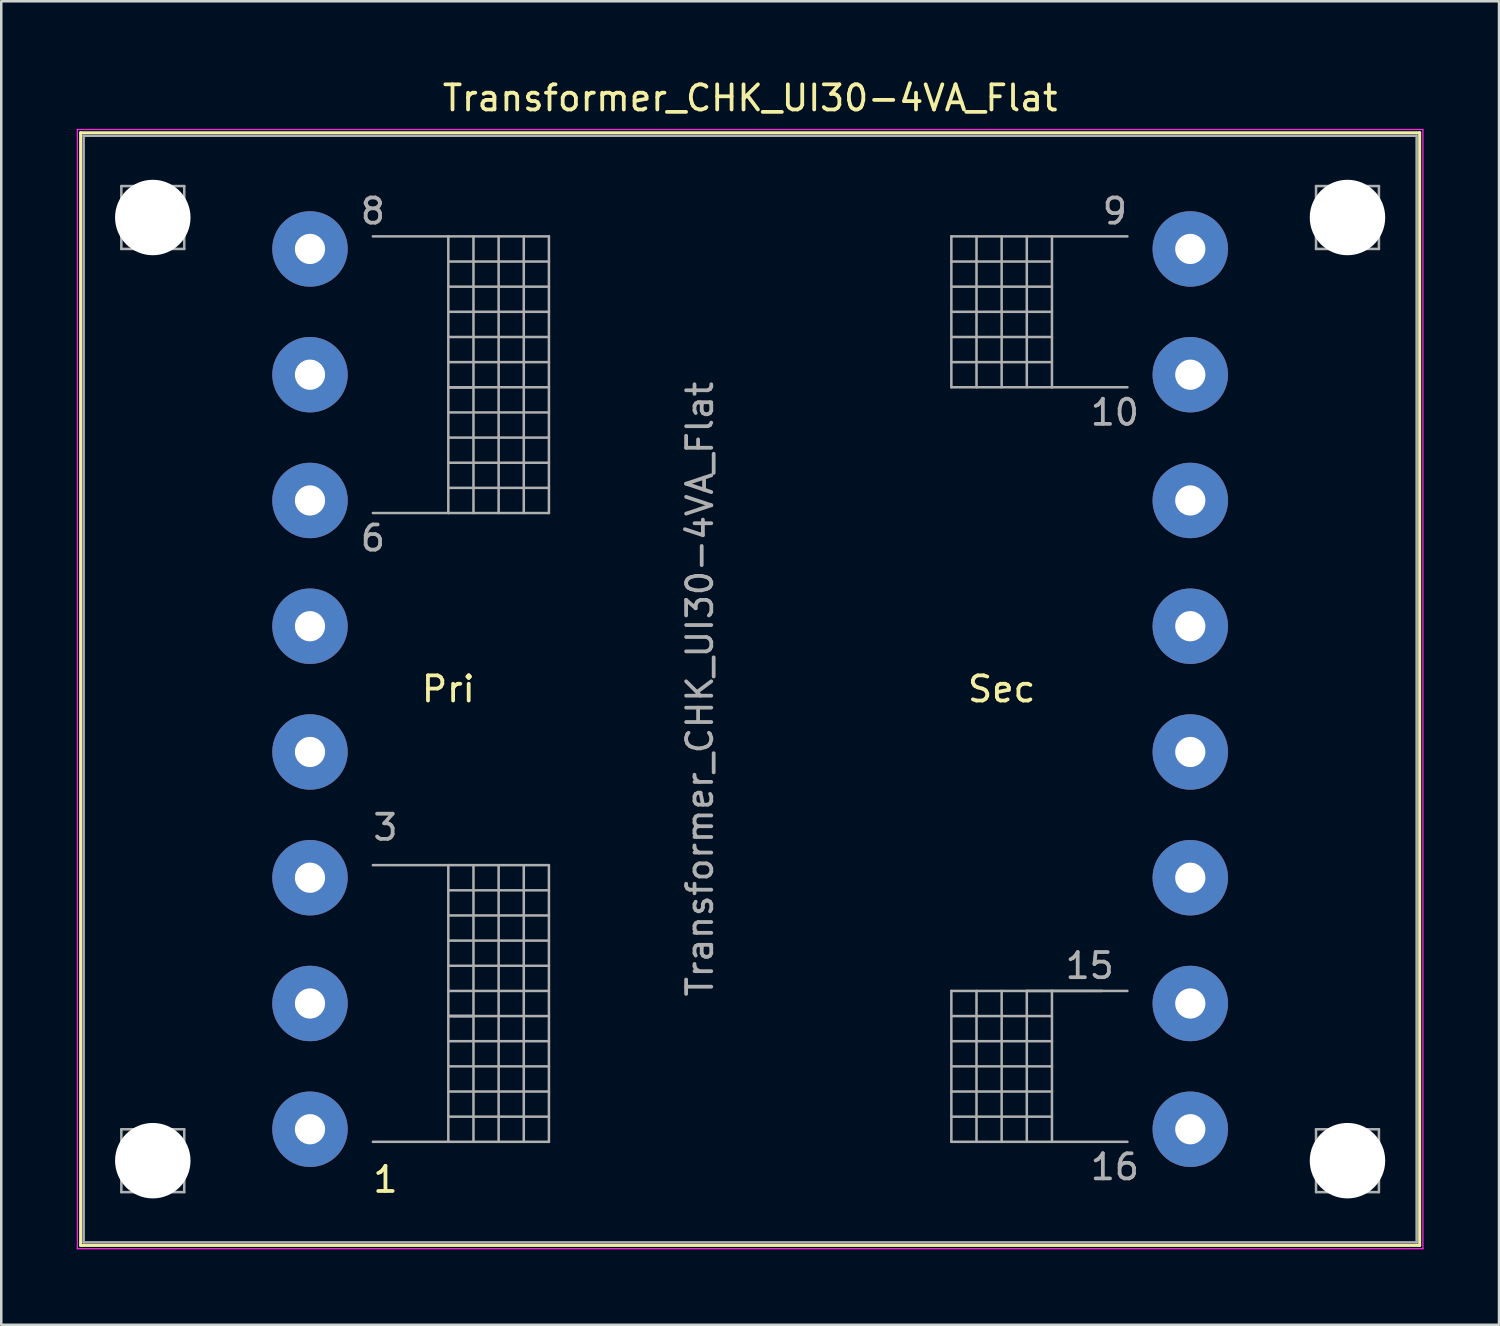
<source format=kicad_pcb>
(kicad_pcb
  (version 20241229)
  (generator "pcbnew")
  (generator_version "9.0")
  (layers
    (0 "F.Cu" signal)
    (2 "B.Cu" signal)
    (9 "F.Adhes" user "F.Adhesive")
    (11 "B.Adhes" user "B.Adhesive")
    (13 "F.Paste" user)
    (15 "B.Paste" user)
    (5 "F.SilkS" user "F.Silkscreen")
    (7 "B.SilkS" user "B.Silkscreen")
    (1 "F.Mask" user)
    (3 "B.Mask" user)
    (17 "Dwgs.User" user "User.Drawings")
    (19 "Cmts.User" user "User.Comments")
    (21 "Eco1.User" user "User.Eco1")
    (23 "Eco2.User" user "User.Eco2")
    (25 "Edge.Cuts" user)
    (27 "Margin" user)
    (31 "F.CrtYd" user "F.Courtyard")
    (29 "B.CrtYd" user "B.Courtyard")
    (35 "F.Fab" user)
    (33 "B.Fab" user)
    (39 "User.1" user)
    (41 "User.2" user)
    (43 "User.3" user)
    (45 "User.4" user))
  (footprint "Transformer_CHK_UI30-4VA_Flat"
    (layer "F.Cu")
    (at 9.275 41.848)
    (property "Reference" "Transformer_CHK_UI30-4VA_Flat" (at 17.5 -41 0) (layer "F.SilkS") (effects (font (size 1 1) (thickness 0.15))))
    (attr through_hole)
    (fp_line (start -9.12 -39.62) (end -9.12 4.62) (stroke (width 0.12) (type solid)) (layer "F.SilkS"))
    (fp_line (start -9.12 -39.62) (end 44.12 -39.62) (stroke (width 0.12) (type solid)) (layer "F.SilkS"))
    (fp_line (start 44.12 4.62) (end -9.12 4.62) (stroke (width 0.12) (type solid)) (layer "F.SilkS"))
    (fp_line (start 44.12 4.62) (end 44.12 -39.62) (stroke (width 0.12) (type solid)) (layer "F.SilkS"))
    (fp_line (start -9.25 -39.75) (end -9.25 4.75) (stroke (width 0.05) (type solid)) (layer "F.CrtYd"))
    (fp_line (start -9.25 -39.75) (end 44.25 -39.75) (stroke (width 0.05) (type solid)) (layer "F.CrtYd"))
    (fp_line (start 44.25 4.75) (end -9.25 4.75) (stroke (width 0.05) (type solid)) (layer "F.CrtYd"))
    (fp_line (start 44.25 4.75) (end 44.25 -39.75) (stroke (width 0.05) (type solid)) (layer "F.CrtYd"))
    (fp_line (start -9 -39.5) (end -9 4.5) (stroke (width 0.1) (type solid)) (layer "F.Fab"))
    (fp_line (start -9 4.5) (end 44 4.5) (stroke (width 0.1) (type solid)) (layer "F.Fab"))
    (fp_line (start -7.5 -37.5) (end -7.5 -35) (stroke (width 0.1) (type solid)) (layer "F.Fab"))
    (fp_line (start -7.5 -35) (end -5 -35) (stroke (width 0.1) (type solid)) (layer "F.Fab"))
    (fp_line (start -7.5 0) (end -7.5 2.5) (stroke (width 0.1) (type solid)) (layer "F.Fab"))
    (fp_line (start -7.5 2.5) (end -5 2.5) (stroke (width 0.1) (type solid)) (layer "F.Fab"))
    (fp_line (start -6.25 -37.5) (end -7.5 -37.5) (stroke (width 0.1) (type solid)) (layer "F.Fab"))
    (fp_line (start -6.25 0) (end -7.5 0) (stroke (width 0.1) (type solid)) (layer "F.Fab"))
    (fp_line (start -5 -37.5) (end -6.25 -37.5) (stroke (width 0.1) (type solid)) (layer "F.Fab"))
    (fp_line (start -5 -35) (end -5 -37.5) (stroke (width 0.1) (type solid)) (layer "F.Fab"))
    (fp_line (start -5 0) (end -6.25 0) (stroke (width 0.1) (type solid)) (layer "F.Fab"))
    (fp_line (start -5 2.5) (end -5 0) (stroke (width 0.1) (type solid)) (layer "F.Fab"))
    (fp_line (start 2.5 -35.5) (end 5.5 -35.5) (stroke (width 0.1) (type solid)) (layer "F.Fab"))
    (fp_line (start 2.5 -10.5) (end 5.5 -10.5) (stroke (width 0.1) (type solid)) (layer "F.Fab"))
    (fp_line (start 5.5 -35.5) (end 5.5 -24.5) (stroke (width 0.1) (type solid)) (layer "F.Fab"))
    (fp_line (start 5.5 -35.5) (end 9.5 -35.5) (stroke (width 0.1) (type solid)) (layer "F.Fab"))
    (fp_line (start 5.5 -34.5) (end 9.5 -34.5) (stroke (width 0.1) (type solid)) (layer "F.Fab"))
    (fp_line (start 5.5 -33.5) (end 9.5 -33.5) (stroke (width 0.1) (type solid)) (layer "F.Fab"))
    (fp_line (start 5.5 -32.5) (end 9.5 -32.5) (stroke (width 0.1) (type solid)) (layer "F.Fab"))
    (fp_line (start 5.5 -31.5) (end 9.5 -31.5) (stroke (width 0.1) (type solid)) (layer "F.Fab"))
    (fp_line (start 5.5 -30.5) (end 9.5 -30.5) (stroke (width 0.1) (type solid)) (layer "F.Fab"))
    (fp_line (start 5.5 -29.5) (end 6.5 -29.5) (stroke (width 0.1) (type solid)) (layer "F.Fab"))
    (fp_line (start 5.5 -28.5) (end 9.5 -28.5) (stroke (width 0.1) (type solid)) (layer "F.Fab"))
    (fp_line (start 5.5 -26.5) (end 8.5 -26.5) (stroke (width 0.1) (type solid)) (layer "F.Fab"))
    (fp_line (start 5.5 -24.5) (end 2.5 -24.5) (stroke (width 0.1) (type solid)) (layer "F.Fab"))
    (fp_line (start 5.5 -10.5) (end 5.5 0.5) (stroke (width 0.1) (type solid)) (layer "F.Fab"))
    (fp_line (start 5.5 -10.5) (end 9.5 -10.5) (stroke (width 0.1) (type solid)) (layer "F.Fab"))
    (fp_line (start 5.5 -9.5) (end 9.5 -9.5) (stroke (width 0.1) (type solid)) (layer "F.Fab"))
    (fp_line (start 5.5 -8.5) (end 9.5 -8.5) (stroke (width 0.1) (type solid)) (layer "F.Fab"))
    (fp_line (start 5.5 -7.5) (end 9.5 -7.5) (stroke (width 0.1) (type solid)) (layer "F.Fab"))
    (fp_line (start 5.5 -6.5) (end 9.5 -6.5) (stroke (width 0.1) (type solid)) (layer "F.Fab"))
    (fp_line (start 5.5 -5.5) (end 9.5 -5.5) (stroke (width 0.1) (type solid)) (layer "F.Fab"))
    (fp_line (start 5.5 -4.5) (end 6.5 -4.5) (stroke (width 0.1) (type solid)) (layer "F.Fab"))
    (fp_line (start 5.5 -3.5) (end 9.5 -3.5) (stroke (width 0.1) (type solid)) (layer "F.Fab"))
    (fp_line (start 5.5 -1.5) (end 8.5 -1.5) (stroke (width 0.1) (type solid)) (layer "F.Fab"))
    (fp_line (start 5.5 0.5) (end 2.5 0.5) (stroke (width 0.1) (type solid)) (layer "F.Fab"))
    (fp_line (start 6.5 -35.5) (end 6.5 -24.5) (stroke (width 0.1) (type solid)) (layer "F.Fab"))
    (fp_line (start 6.5 -29.5) (end 5.5 -29.5) (stroke (width 0.1) (type solid)) (layer "F.Fab"))
    (fp_line (start 6.5 -10.5) (end 6.5 0.5) (stroke (width 0.1) (type solid)) (layer "F.Fab"))
    (fp_line (start 6.5 -4.5) (end 5.5 -4.5) (stroke (width 0.1) (type solid)) (layer "F.Fab"))
    (fp_line (start 7.5 -24.5) (end 7.5 -35.5) (stroke (width 0.1) (type solid)) (layer "F.Fab"))
    (fp_line (start 7.5 0.5) (end 7.5 -10.5) (stroke (width 0.1) (type solid)) (layer "F.Fab"))
    (fp_line (start 8.5 -35.5) (end 8.5 -24.5) (stroke (width 0.1) (type solid)) (layer "F.Fab"))
    (fp_line (start 8.5 -26.5) (end 9.5 -26.5) (stroke (width 0.1) (type solid)) (layer "F.Fab"))
    (fp_line (start 8.5 -10.5) (end 8.5 0.5) (stroke (width 0.1) (type solid)) (layer "F.Fab"))
    (fp_line (start 8.5 -1.5) (end 9.5 -1.5) (stroke (width 0.1) (type solid)) (layer "F.Fab"))
    (fp_line (start 9.5 -35.5) (end 9.5 -24.5) (stroke (width 0.1) (type solid)) (layer "F.Fab"))
    (fp_line (start 9.5 -29.5) (end 5.5 -29.5) (stroke (width 0.1) (type solid)) (layer "F.Fab"))
    (fp_line (start 9.5 -27.5) (end 5.5 -27.5) (stroke (width 0.1) (type solid)) (layer "F.Fab"))
    (fp_line (start 9.5 -25.5) (end 5.5 -25.5) (stroke (width 0.1) (type solid)) (layer "F.Fab"))
    (fp_line (start 9.5 -24.5) (end 5.5 -24.5) (stroke (width 0.1) (type solid)) (layer "F.Fab"))
    (fp_line (start 9.5 -10.5) (end 9.5 0.5) (stroke (width 0.1) (type solid)) (layer "F.Fab"))
    (fp_line (start 9.5 -4.5) (end 5.5 -4.5) (stroke (width 0.1) (type solid)) (layer "F.Fab"))
    (fp_line (start 9.5 -2.5) (end 5.5 -2.5) (stroke (width 0.1) (type solid)) (layer "F.Fab"))
    (fp_line (start 9.5 -0.5) (end 5.5 -0.5) (stroke (width 0.1) (type solid)) (layer "F.Fab"))
    (fp_line (start 9.5 0.5) (end 5.5 0.5) (stroke (width 0.1) (type solid)) (layer "F.Fab"))
    (fp_line (start 25.5 -35.5) (end 25.5 -29.5) (stroke (width 0.1) (type solid)) (layer "F.Fab"))
    (fp_line (start 25.5 -34.5) (end 29.5 -34.5) (stroke (width 0.1) (type solid)) (layer "F.Fab"))
    (fp_line (start 25.5 -32.5) (end 29.5 -32.5) (stroke (width 0.1) (type solid)) (layer "F.Fab"))
    (fp_line (start 25.5 -31.5) (end 29.5 -31.5) (stroke (width 0.1) (type solid)) (layer "F.Fab"))
    (fp_line (start 25.5 -29.5) (end 29.5 -29.5) (stroke (width 0.1) (type solid)) (layer "F.Fab"))
    (fp_line (start 25.5 -5.5) (end 25.5 0.5) (stroke (width 0.1) (type solid)) (layer "F.Fab"))
    (fp_line (start 25.5 -4.5) (end 29.5 -4.5) (stroke (width 0.1) (type solid)) (layer "F.Fab"))
    (fp_line (start 25.5 -2.5) (end 29.5 -2.5) (stroke (width 0.1) (type solid)) (layer "F.Fab"))
    (fp_line (start 25.5 -1.5) (end 29.5 -1.5) (stroke (width 0.1) (type solid)) (layer "F.Fab"))
    (fp_line (start 25.5 0.5) (end 29.5 0.5) (stroke (width 0.1) (type solid)) (layer "F.Fab"))
    (fp_line (start 26.5 -35.5) (end 26.5 -29.5) (stroke (width 0.1) (type solid)) (layer "F.Fab"))
    (fp_line (start 26.5 -5.5) (end 26.5 0.5) (stroke (width 0.1) (type solid)) (layer "F.Fab"))
    (fp_line (start 27.5 -35.5) (end 27.5 -29.5) (stroke (width 0.1) (type solid)) (layer "F.Fab"))
    (fp_line (start 27.5 -5.5) (end 27.5 0.5) (stroke (width 0.1) (type solid)) (layer "F.Fab"))
    (fp_line (start 28.5 -35.5) (end 28.5 -29.5) (stroke (width 0.1) (type solid)) (layer "F.Fab"))
    (fp_line (start 28.5 -5.5) (end 28.5 0.5) (stroke (width 0.1) (type solid)) (layer "F.Fab"))
    (fp_line (start 29.5 -35.5) (end 25.5 -35.5) (stroke (width 0.1) (type solid)) (layer "F.Fab"))
    (fp_line (start 29.5 -35.5) (end 29.5 -29.5) (stroke (width 0.1) (type solid)) (layer "F.Fab"))
    (fp_line (start 29.5 -33.5) (end 25.5 -33.5) (stroke (width 0.1) (type solid)) (layer "F.Fab"))
    (fp_line (start 29.5 -30.5) (end 25.5 -30.5) (stroke (width 0.1) (type solid)) (layer "F.Fab"))
    (fp_line (start 29.5 -29.5) (end 32.5 -29.5) (stroke (width 0.1) (type solid)) (layer "F.Fab"))
    (fp_line (start 29.5 -5.5) (end 25.5 -5.5) (stroke (width 0.1) (type solid)) (layer "F.Fab"))
    (fp_line (start 29.5 -5.5) (end 29.5 0.5) (stroke (width 0.1) (type solid)) (layer "F.Fab"))
    (fp_line (start 29.5 -3.5) (end 25.5 -3.5) (stroke (width 0.1) (type solid)) (layer "F.Fab"))
    (fp_line (start 29.5 -0.5) (end 25.5 -0.5) (stroke (width 0.1) (type solid)) (layer "F.Fab"))
    (fp_line (start 29.5 0.5) (end 32.5 0.5) (stroke (width 0.1) (type solid)) (layer "F.Fab"))
    (fp_line (start 31.5 -5.5) (end 28.5 -5.5) (stroke (width 0.1) (type solid)) (layer "F.Fab"))
    (fp_line (start 32.5 -35.5) (end 29.5 -35.5) (stroke (width 0.1) (type solid)) (layer "F.Fab"))
    (fp_line (start 32.5 -5.5) (end 29.5 -5.5) (stroke (width 0.1) (type solid)) (layer "F.Fab"))
    (fp_line (start 40 -37.5) (end 40 -35) (stroke (width 0.1) (type solid)) (layer "F.Fab"))
    (fp_line (start 40 -35) (end 42.5 -35) (stroke (width 0.1) (type solid)) (layer "F.Fab"))
    (fp_line (start 40 0) (end 40 2.5) (stroke (width 0.1) (type solid)) (layer "F.Fab"))
    (fp_line (start 40 2.5) (end 42.5 2.5) (stroke (width 0.1) (type solid)) (layer "F.Fab"))
    (fp_line (start 41.25 -37.5) (end 40 -37.5) (stroke (width 0.1) (type solid)) (layer "F.Fab"))
    (fp_line (start 41.25 0) (end 40 0) (stroke (width 0.1) (type solid)) (layer "F.Fab"))
    (fp_line (start 42.5 -37.5) (end 41.25 -37.5) (stroke (width 0.1) (type solid)) (layer "F.Fab"))
    (fp_line (start 42.5 -35) (end 42.5 -37.5) (stroke (width 0.1) (type solid)) (layer "F.Fab"))
    (fp_line (start 42.5 0) (end 41.25 0) (stroke (width 0.1) (type solid)) (layer "F.Fab"))
    (fp_line (start 42.5 2.5) (end 42.5 0) (stroke (width 0.1) (type solid)) (layer "F.Fab"))
    (fp_line (start 44 -39.5) (end -9 -39.5) (stroke (width 0.1) (type solid)) (layer "F.Fab"))
    (fp_line (start 44 4.5) (end 44 -39.5) (stroke (width 0.1) (type solid)) (layer "F.Fab"))
    (fp_text user "Sec" (at 27.5 -17.5 0) (layer "F.SilkS") (effects (font (size 1 1) (thickness 0.15))))
    (fp_text user "Pri" (at 5.5 -17.5 0) (layer "F.SilkS") (effects (font (size 1 1) (thickness 0.15))))
    (fp_text user "1" (at 3 2 0) (layer "F.SilkS") (effects (font (size 1 1) (thickness 0.15))))
    (fp_text user "6" (at 2.5 -23.5 0) (layer "F.Fab") (effects (font (size 1 1) (thickness 0.15))))
    (fp_text user "10" (at 32 -28.5 0) (layer "F.Fab") (effects (font (size 1 1) (thickness 0.15))))
    (fp_text user "8" (at 2.5 -36.5 0) (layer "F.Fab") (effects (font (size 1 1) (thickness 0.15))))
    (fp_text user "16" (at 32 1.5 0) (layer "F.Fab") (effects (font (size 1 1) (thickness 0.15))))
    (fp_text user "${REFERENCE}" (at 15.5 -17.5 90) (layer "F.Fab") (effects (font (size 1 1) (thickness 0.15))))
    (fp_text user "15" (at 31 -6.5 0) (layer "F.Fab") (effects (font (size 1 1) (thickness 0.15))))
    (fp_text user "9" (at 32 -36.5 0) (layer "F.Fab") (effects (font (size 1 1) (thickness 0.15))))
    (fp_text user "3" (at 3 -12 0) (layer "F.Fab") (effects (font (size 1 1) (thickness 0.15))))
    (pad "" np_thru_hole circle (at -6.25 -36.25) (size 3 3) (drill 3) (layers "*.Cu" "*.Mask"))
    (pad "" np_thru_hole circle (at -6.25 1.25) (size 3 3) (drill 3) (layers "*.Cu" "*.Mask"))
    (pad "" np_thru_hole circle (at 41.25 -36.25) (size 3 3) (drill 3) (layers "*.Cu" "*.Mask"))
    (pad "" np_thru_hole circle (at 41.25 1.25) (size 3 3) (drill 3) (layers "*.Cu" "*.Mask"))
    (pad "1" thru_hole circle (at 0 0) (size 3 3) (drill 1.2) (layers "*.Cu" "*.Mask"))
    (pad "2" thru_hole circle (at 0 -5) (size 3 3) (drill 1.2) (layers "*.Cu" "*.Mask"))
    (pad "3" thru_hole circle (at 0 -10) (size 3 3) (drill 1.2) (layers "*.Cu" "*.Mask"))
    (pad "4" thru_hole circle (at 0 -15) (size 3 3) (drill 1.2) (layers "*.Cu" "*.Mask"))
    (pad "5" thru_hole circle (at 0 -20) (size 3 3) (drill 1.2) (layers "*.Cu" "*.Mask"))
    (pad "6" thru_hole circle (at 0 -25) (size 3 3) (drill 1.2) (layers "*.Cu" "*.Mask"))
    (pad "7" thru_hole circle (at 0 -30) (size 3 3) (drill 1.2) (layers "*.Cu" "*.Mask"))
    (pad "8" thru_hole circle (at 0 -35) (size 3 3) (drill 1.2) (layers "*.Cu" "*.Mask"))
    (pad "9" thru_hole circle (at 35 -35) (size 3 3) (drill 1.2) (layers "*.Cu" "*.Mask"))
    (pad "10" thru_hole circle (at 35 -30) (size 3 3) (drill 1.2) (layers "*.Cu" "*.Mask"))
    (pad "11" thru_hole circle (at 35 -25) (size 3 3) (drill 1.2) (layers "*.Cu" "*.Mask"))
    (pad "12" thru_hole circle (at 35 -20) (size 3 3) (drill 1.2) (layers "*.Cu" "*.Mask"))
    (pad "13" thru_hole circle (at 35 -15) (size 3 3) (drill 1.2) (layers "*.Cu" "*.Mask"))
    (pad "14" thru_hole circle (at 35 -10) (size 3 3) (drill 1.2) (layers "*.Cu" "*.Mask"))
    (pad "15" thru_hole circle (at 35 -5) (size 3 3) (drill 1.2) (layers "*.Cu" "*.Mask"))
    (pad "16" thru_hole circle (at 35 0) (size 3 3) (drill 1.2) (layers "*.Cu" "*.Mask")))
  (gr_rect
    (start -3 -3)
    (end 56.55 49.623)
    (stroke (width 0.1) (type default))
    (fill no)
    (layer "Edge.Cuts")))
</source>
